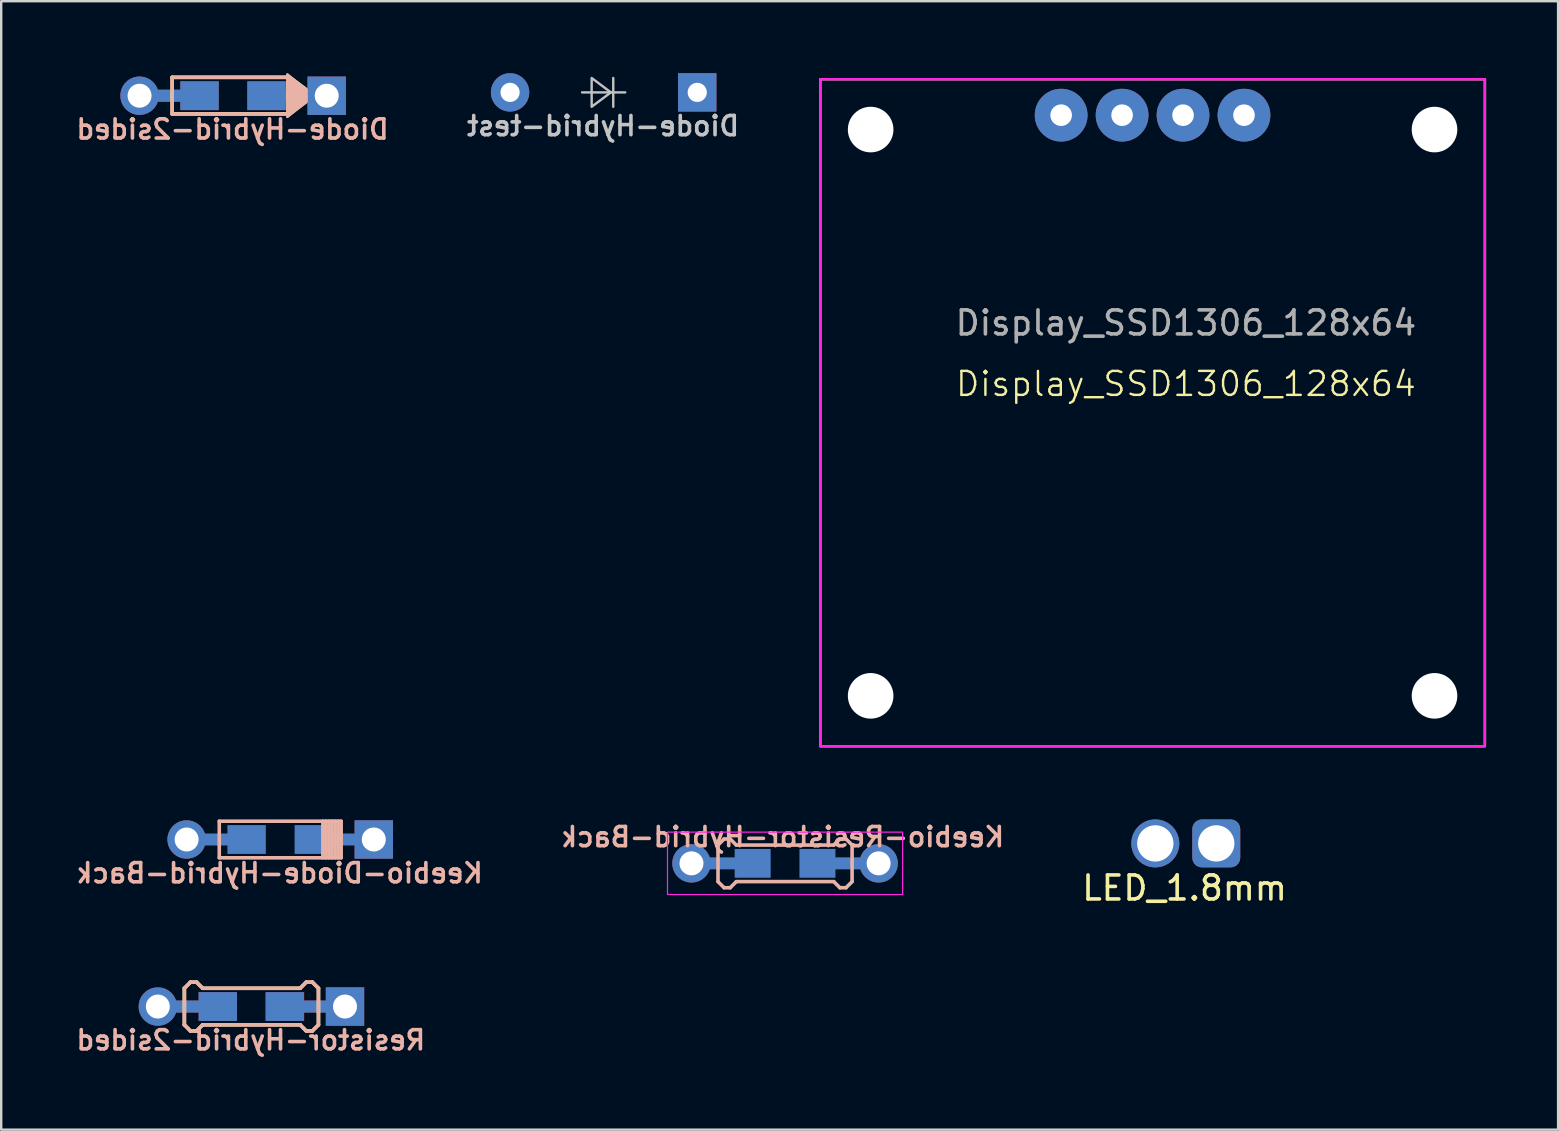
<source format=kicad_pcb>
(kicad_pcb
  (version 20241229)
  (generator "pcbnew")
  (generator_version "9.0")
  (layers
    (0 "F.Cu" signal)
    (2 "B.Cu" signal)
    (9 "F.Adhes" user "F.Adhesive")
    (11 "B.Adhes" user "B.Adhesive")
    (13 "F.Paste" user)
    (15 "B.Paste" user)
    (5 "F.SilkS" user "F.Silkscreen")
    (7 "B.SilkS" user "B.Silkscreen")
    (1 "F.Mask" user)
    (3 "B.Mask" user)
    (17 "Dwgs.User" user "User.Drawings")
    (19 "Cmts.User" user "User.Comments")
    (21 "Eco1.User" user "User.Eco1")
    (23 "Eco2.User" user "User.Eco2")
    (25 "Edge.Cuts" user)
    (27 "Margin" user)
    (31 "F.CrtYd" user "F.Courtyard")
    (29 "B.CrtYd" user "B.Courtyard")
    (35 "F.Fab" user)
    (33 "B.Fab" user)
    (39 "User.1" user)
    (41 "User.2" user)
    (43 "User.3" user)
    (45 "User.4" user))
  (footprint "Resistor-Hybrid-2sided"
    (layer "F.Cu")
    (at 7.428 38.899)
    (property "Reference" "Resistor-Hybrid-2sided" (at -0.025 1.4 0) (layer "B.SilkS") (effects (font (size 0.8 0.8) (thickness 0.15)) (justify mirror)))
    (attr smd)
    (fp_line (start -2.794 -0.762) (end -2.794 0.762) (stroke (width 0.15) (type solid)) (layer "F.SilkS"))
    (fp_line (start -2.794 0.762) (end -2.54 1.016) (stroke (width 0.15) (type solid)) (layer "F.SilkS"))
    (fp_line (start -2.54 -1.016) (end -2.794 -0.762) (stroke (width 0.15) (type solid)) (layer "F.SilkS"))
    (fp_line (start -2.54 1.016) (end -2.286 1.016) (stroke (width 0.15) (type solid)) (layer "F.SilkS"))
    (fp_line (start -2.286 -1.016) (end -2.54 -1.016) (stroke (width 0.15) (type solid)) (layer "F.SilkS"))
    (fp_line (start -2.286 1.016) (end -2.032 0.762) (stroke (width 0.15) (type solid)) (layer "F.SilkS"))
    (fp_line (start -2.032 -0.762) (end -2.286 -1.016) (stroke (width 0.15) (type solid)) (layer "F.SilkS"))
    (fp_line (start -2.032 0.762) (end 2.032 0.762) (stroke (width 0.15) (type solid)) (layer "F.SilkS"))
    (fp_line (start 2.032 -0.762) (end -2.032 -0.762) (stroke (width 0.15) (type solid)) (layer "F.SilkS"))
    (fp_line (start 2.032 0.762) (end 2.286 1.016) (stroke (width 0.15) (type solid)) (layer "F.SilkS"))
    (fp_line (start 2.286 -1.016) (end 2.032 -0.762) (stroke (width 0.15) (type solid)) (layer "F.SilkS"))
    (fp_line (start 2.286 1.016) (end 2.54 1.016) (stroke (width 0.15) (type solid)) (layer "F.SilkS"))
    (fp_line (start 2.54 -1.016) (end 2.286 -1.016) (stroke (width 0.15) (type solid)) (layer "F.SilkS"))
    (fp_line (start 2.54 1.016) (end 2.794 0.762) (stroke (width 0.15) (type solid)) (layer "F.SilkS"))
    (fp_line (start 2.794 -0.762) (end 2.54 -1.016) (stroke (width 0.15) (type solid)) (layer "F.SilkS"))
    (fp_line (start 2.794 0.762) (end 2.794 -0.762) (stroke (width 0.15) (type solid)) (layer "F.SilkS"))
    (fp_line (start -2.794 -0.762) (end -2.54 -1.016) (stroke (width 0.15) (type solid)) (layer "B.SilkS"))
    (fp_line (start -2.794 0.762) (end -2.794 -0.762) (stroke (width 0.15) (type solid)) (layer "B.SilkS"))
    (fp_line (start -2.54 -1.016) (end -2.286 -1.016) (stroke (width 0.15) (type solid)) (layer "B.SilkS"))
    (fp_line (start -2.54 1.016) (end -2.794 0.762) (stroke (width 0.15) (type solid)) (layer "B.SilkS"))
    (fp_line (start -2.286 -1.016) (end -2.032 -0.762) (stroke (width 0.15) (type solid)) (layer "B.SilkS"))
    (fp_line (start -2.286 1.016) (end -2.54 1.016) (stroke (width 0.15) (type solid)) (layer "B.SilkS"))
    (fp_line (start -2.032 -0.762) (end 2.032 -0.762) (stroke (width 0.15) (type solid)) (layer "B.SilkS"))
    (fp_line (start -2.032 0.762) (end -2.286 1.016) (stroke (width 0.15) (type solid)) (layer "B.SilkS"))
    (fp_line (start 2.032 -0.762) (end 2.286 -1.016) (stroke (width 0.15) (type solid)) (layer "B.SilkS"))
    (fp_line (start 2.032 0.762) (end -2.032 0.762) (stroke (width 0.15) (type solid)) (layer "B.SilkS"))
    (fp_line (start 2.286 -1.016) (end 2.54 -1.016) (stroke (width 0.15) (type solid)) (layer "B.SilkS"))
    (fp_line (start 2.286 1.016) (end 2.032 0.762) (stroke (width 0.15) (type solid)) (layer "B.SilkS"))
    (fp_line (start 2.54 -1.016) (end 2.794 -0.762) (stroke (width 0.15) (type solid)) (layer "B.SilkS"))
    (fp_line (start 2.54 1.016) (end 2.286 1.016) (stroke (width 0.15) (type solid)) (layer "B.SilkS"))
    (fp_line (start 2.794 -0.762) (end 2.794 0.762) (stroke (width 0.15) (type solid)) (layer "B.SilkS"))
    (fp_line (start 2.794 0.762) (end 2.54 1.016) (stroke (width 0.15) (type solid)) (layer "B.SilkS"))
    (pad "1" smd rect (at 1.389 0) (size 1.6 1.2) (layers "B.Cu" "B.Mask" "B.Paste"))
    (pad "1" smd rect (at 1.4 0) (size 1.6 1.2) (layers "F.Cu" "F.Mask" "F.Paste"))
    (pad "1" smd rect (at 2.489 0) (size 2.9 0.5) (layers "B.Cu"))
    (pad "1" smd rect (at 2.5 0) (size 2.9 0.5) (layers "F.Cu"))
    (pad "1" thru_hole rect (at 3.9 0) (size 1.6 1.6) (drill 1) (layers "*.Cu" "*.Mask"))
    (pad "2" thru_hole circle (at -3.9 0) (size 1.6 1.6) (drill 1) (layers "*.Cu" "*.Mask"))
    (pad "2" smd rect (at -2.5 0) (size 2.9 0.5) (layers "F.Cu"))
    (pad "2" smd rect (at -2.5 0) (size 2.9 0.5) (layers "B.Cu"))
    (pad "2" smd rect (at -1.4 0) (size 1.6 1.2) (layers "F.Cu" "F.Mask" "F.Paste"))
    (pad "2" smd rect (at -1.4 0) (size 1.6 1.2) (layers "B.Cu" "B.Mask" "B.Paste")))
  (footprint "Display_SSD1306_128x64"
    (layer "F.Cu")
    (at 31.135 0.25)
    (property "Reference" "Display_SSD1306_128x64" (at 15.24 12.7 0) (unlocked yes) (layer "F.SilkS") (effects (font (size 1 1) (thickness 0.1))))
    (attr through_hole)
    (fp_rect (start 0 0) (end 27.7 27.8) (stroke (width 0.1) (type solid)) (fill no) (layer "F.SilkS"))
    (fp_rect (start 0 0) (end 27.7 27.8) (stroke (width 0.1) (type solid)) (fill no) (layer "F.CrtYd"))
    (fp_text user "${REFERENCE}" (at 15.24 10.16 0) (unlocked yes) (layer "F.Fab") (effects (font (size 1 1) (thickness 0.15))))
    (pad "" np_thru_hole circle (at 2.1 2.1 270) (size 1.9 1.9) (drill 1.9) (layers "*.Cu" "*.Mask"))
    (pad "" np_thru_hole circle (at 2.1 25.7 270) (size 1.9 1.9) (drill 1.9) (layers "*.Cu" "*.Mask"))
    (pad "" np_thru_hole circle (at 25.6 2.1 270) (size 1.9 1.9) (drill 1.9) (layers "*.Cu" "*.Mask"))
    (pad "" np_thru_hole circle (at 25.6 25.7 270) (size 1.9 1.9) (drill 1.9) (layers "*.Cu" "*.Mask"))
    (pad "1" thru_hole circle (at 10.04 1.5) (size 2.2 2.2) (drill 0.9) (layers "*.Cu" "*.Mask"))
    (pad "2" thru_hole circle (at 12.58 1.5) (size 2.2 2.2) (drill 0.9) (layers "*.Cu" "*.Mask"))
    (pad "3" thru_hole circle (at 15.12 1.5) (size 2.2 2.2) (drill 0.9) (layers "*.Cu" "*.Mask"))
    (pad "4" thru_hole circle (at 17.66 1.5) (size 2.2 2.2) (drill 0.9) (layers "*.Cu" "*.Mask")))
  (footprint "Keebio-Diode-Hybrid-Back"
    (layer "F.Cu")
    (at 8.628 31.937)
    (property "Reference" "Keebio-Diode-Hybrid-Back" (at -0.025 1.4 0) (layer "B.SilkS") (effects (font (size 0.8 0.8) (thickness 0.15)) (justify mirror)))
    (attr smd)
    (fp_line (start -2.54 -0.762) (end -2.54 0.762) (stroke (width 0.15) (type solid)) (layer "B.SilkS"))
    (fp_line (start -2.54 0.762) (end 2.54 0.762) (stroke (width 0.15) (type solid)) (layer "B.SilkS"))
    (fp_line (start 1.778 0.762) (end 1.778 -0.762) (stroke (width 0.15) (type solid)) (layer "B.SilkS"))
    (fp_line (start 1.905 0.762) (end 1.905 -0.762) (stroke (width 0.15) (type solid)) (layer "B.SilkS"))
    (fp_line (start 2.032 -0.762) (end 2.032 0.762) (stroke (width 0.15) (type solid)) (layer "B.SilkS"))
    (fp_line (start 2.159 0.762) (end 2.159 -0.762) (stroke (width 0.15) (type solid)) (layer "B.SilkS"))
    (fp_line (start 2.286 -0.762) (end 2.286 0.762) (stroke (width 0.15) (type solid)) (layer "B.SilkS"))
    (fp_line (start 2.413 0.762) (end 2.413 -0.762) (stroke (width 0.15) (type solid)) (layer "B.SilkS"))
    (fp_line (start 2.54 -0.762) (end -2.54 -0.762) (stroke (width 0.15) (type solid)) (layer "B.SilkS"))
    (fp_line (start 2.54 0.762) (end 2.54 -0.762) (stroke (width 0.15) (type solid)) (layer "B.SilkS"))
    (pad "1" smd rect (at 1.4 0) (size 1.6 1.2) (layers "B.Cu" "B.Mask" "B.Paste"))
    (pad "1" smd rect (at 2.5 0) (size 2.9 0.5) (layers "B.Cu"))
    (pad "1" thru_hole rect (at 3.9 0) (size 1.6 1.6) (drill 1) (layers "*.Cu" "*.Mask"))
    (pad "2" thru_hole circle (at -3.9 0) (size 1.6 1.6) (drill 1) (layers "*.Cu" "*.Mask"))
    (pad "2" smd rect (at -2.5 0) (size 2.9 0.5) (layers "B.Cu"))
    (pad "2" smd rect (at -1.4 0) (size 1.6 1.2) (layers "B.Cu" "B.Mask" "B.Paste")))
  (footprint "LED_1.8mm"
    (layer "F.Cu")
    (at 46.369 32.1)
    (property "Reference" "LED_1.8mm" (at -0.05 1.86 0) (layer "F.SilkS") (effects (font (size 1 1) (thickness 0.15))))
    (attr through_hole)
    (pad "1" thru_hole circle (at -1.27 0) (size 2 2) (drill 1.513) (layers "*.Cu" "*.Mask"))
    (pad "2" thru_hole roundrect (at 1.27 0) (size 2 2) (drill 1.513) (layers "*.Cu" "*.Mask") (roundrect_rratio 0.2)))
  (footprint "Diode-Hybrid-test"
    (layer "F.Cu")
    (at 22.108 0.8)
    (property "Reference" "Diode-Hybrid-test" (at -0.025 1.4 0) (layer "Dwgs.User") (effects (font (size 0.8 0.8) (thickness 0.15)) (justify mirror)))
    (attr smd)
    (fp_line (start -0.9 0) (end 0.9 0) (stroke (width 0.1) (type default)) (layer "Dwgs.User"))
    (fp_line (start 0.4 -0.6) (end 0.4 0.6) (stroke (width 0.1) (type default)) (layer "Dwgs.User"))
    (fp_poly (pts (xy -0.5 -0.6) (xy 0.3 0) (xy -0.5 0.6)) (stroke (width 0.1) (type solid)) (fill no) (layer "Dwgs.User"))
    (pad "1" thru_hole rect (at 3.9 0) (size 1.6 1.6) (drill 0.8) (layers "*.Cu" "*.Paste" "*.Mask"))
    (pad "2" thru_hole circle (at -3.9 0) (size 1.6 1.6) (drill 0.8) (layers "*.Cu" "*.Mask")))
  (footprint "Diode-Hybrid-2sided"
    (layer "F.Cu")
    (at 6.666 0.939)
    (property "Reference" "Diode-Hybrid-2sided" (at -0.025 1.4 0) (layer "B.SilkS") (effects (font (size 0.8 0.8) (thickness 0.15)) (justify mirror)))
    (attr smd)
    (fp_line (start -2.54 -0.768) (end 2.337 -0.768) (stroke (width 0.15) (type solid)) (layer "F.SilkS"))
    (fp_line (start -2.54 0.756) (end -2.54 -0.768) (stroke (width 0.15) (type solid)) (layer "F.SilkS"))
    (fp_line (start 2.311 0.756) (end -2.54 0.756) (stroke (width 0.15) (type solid)) (layer "F.SilkS"))
    (fp_poly (pts (xy 2.261 0.883) (xy 2.261 -0.869) (xy 3.048 -0.285) (xy 3.048 0.248)) (stroke (width 0.1) (type solid)) (fill yes) (layer "F.SilkS"))
    (fp_line (start -2.54 -0.762) (end -2.54 0.762) (stroke (width 0.15) (type solid)) (layer "B.SilkS"))
    (fp_line (start -2.54 0.762) (end 2.337 0.762) (stroke (width 0.15) (type solid)) (layer "B.SilkS"))
    (fp_line (start 2.311 -0.762) (end -2.54 -0.762) (stroke (width 0.15) (type solid)) (layer "B.SilkS"))
    (fp_poly (pts (xy 2.261 -0.889) (xy 2.261 0.864) (xy 3.048 0.279) (xy 3.048 -0.254)) (stroke (width 0.1) (type solid)) (fill yes) (layer "B.SilkS"))
    (pad "1" smd rect (at 1.389 0) (size 1.6 1.2) (layers "B.Cu" "B.Mask" "B.Paste"))
    (pad "1" smd rect (at 1.4 0) (size 1.6 1.2) (layers "F.Cu" "F.Mask" "F.Paste"))
    (pad "1" smd rect (at 2.489 0) (size 2.9 0.5) (layers "B.Cu"))
    (pad "1" smd rect (at 2.5 0) (size 2.9 0.5) (layers "F.Cu"))
    (pad "1" thru_hole rect (at 3.9 0) (size 1.6 1.6) (drill 1) (layers "*.Cu" "*.Mask"))
    (pad "2" thru_hole circle (at -3.9 0) (size 1.6 1.6) (drill 1) (layers "*.Cu" "*.Mask"))
    (pad "2" smd rect (at -2.5 0) (size 2.9 0.5) (layers "F.Cu"))
    (pad "2" smd rect (at -2.5 0) (size 2.9 0.5) (layers "B.Cu"))
    (pad "2" smd rect (at -1.4 0) (size 1.6 1.2) (layers "F.Cu" "F.Mask" "F.Paste"))
    (pad "2" smd rect (at -1.4 0) (size 1.6 1.2) (layers "B.Cu" "B.Mask" "B.Paste")))
  (footprint "Keebio-Resistor-Hybrid-Back"
    (layer "F.Cu")
    (at 29.668 32.931)
    (property "Reference" "Keebio-Resistor-Hybrid-Back" (at -0.1 -1.1 0) (layer "B.SilkS") (effects (font (size 0.8 0.8) (thickness 0.15)) (justify mirror)))
    (attr through_hole)
    (fp_line (start -2.794 -0.762) (end -2.54 -1.016) (stroke (width 0.15) (type solid)) (layer "B.SilkS"))
    (fp_line (start -2.794 0.762) (end -2.794 -0.762) (stroke (width 0.15) (type solid)) (layer "B.SilkS"))
    (fp_line (start -2.54 -1.016) (end -2.286 -1.016) (stroke (width 0.15) (type solid)) (layer "B.SilkS"))
    (fp_line (start -2.54 1.016) (end -2.794 0.762) (stroke (width 0.15) (type solid)) (layer "B.SilkS"))
    (fp_line (start -2.286 -1.016) (end -2.032 -0.762) (stroke (width 0.15) (type solid)) (layer "B.SilkS"))
    (fp_line (start -2.286 1.016) (end -2.54 1.016) (stroke (width 0.15) (type solid)) (layer "B.SilkS"))
    (fp_line (start -2.032 -0.762) (end 2.032 -0.762) (stroke (width 0.15) (type solid)) (layer "B.SilkS"))
    (fp_line (start -2.032 0.762) (end -2.286 1.016) (stroke (width 0.15) (type solid)) (layer "B.SilkS"))
    (fp_line (start 2.032 -0.762) (end 2.286 -1.016) (stroke (width 0.15) (type solid)) (layer "B.SilkS"))
    (fp_line (start 2.032 0.762) (end -2.032 0.762) (stroke (width 0.15) (type solid)) (layer "B.SilkS"))
    (fp_line (start 2.286 -1.016) (end 2.54 -1.016) (stroke (width 0.15) (type solid)) (layer "B.SilkS"))
    (fp_line (start 2.286 1.016) (end 2.032 0.762) (stroke (width 0.15) (type solid)) (layer "B.SilkS"))
    (fp_line (start 2.54 -1.016) (end 2.794 -0.762) (stroke (width 0.15) (type solid)) (layer "B.SilkS"))
    (fp_line (start 2.54 1.016) (end 2.286 1.016) (stroke (width 0.15) (type solid)) (layer "B.SilkS"))
    (fp_line (start 2.794 -0.762) (end 2.794 0.762) (stroke (width 0.15) (type solid)) (layer "B.SilkS"))
    (fp_line (start 2.794 0.762) (end 2.54 1.016) (stroke (width 0.15) (type solid)) (layer "B.SilkS"))
    (fp_rect (start -4.9 -1.3) (end 4.9 1.3) (stroke (width 0.05) (type default)) (fill no) (layer "F.CrtYd"))
    (pad "1" smd rect (at 1.35 0) (size 1.5 1.2) (layers "B.Cu" "B.Mask" "B.Paste"))
    (pad "1" smd rect (at 2.6 0) (size 1.2 0.5) (layers "B.Cu"))
    (pad "1" thru_hole circle (at 3.9 0) (size 1.6 1.6) (drill 1) (layers "*.Cu" "*.Mask"))
    (pad "2" thru_hole circle (at -3.9 0) (size 1.6 1.6) (drill 1) (layers "*.Cu" "*.Mask"))
    (pad "2" smd rect (at -2.6 0) (size 1.2 0.5) (layers "B.Cu"))
    (pad "2" smd rect (at -1.35 0) (size 1.5 1.2) (layers "B.Cu" "B.Mask" "B.Paste")))
  (gr_rect
    (start -3 -3)
    (end 61.885 44.031)
    (stroke (width 0.1) (type default))
    (fill no)
    (layer "Edge.Cuts")))
</source>
